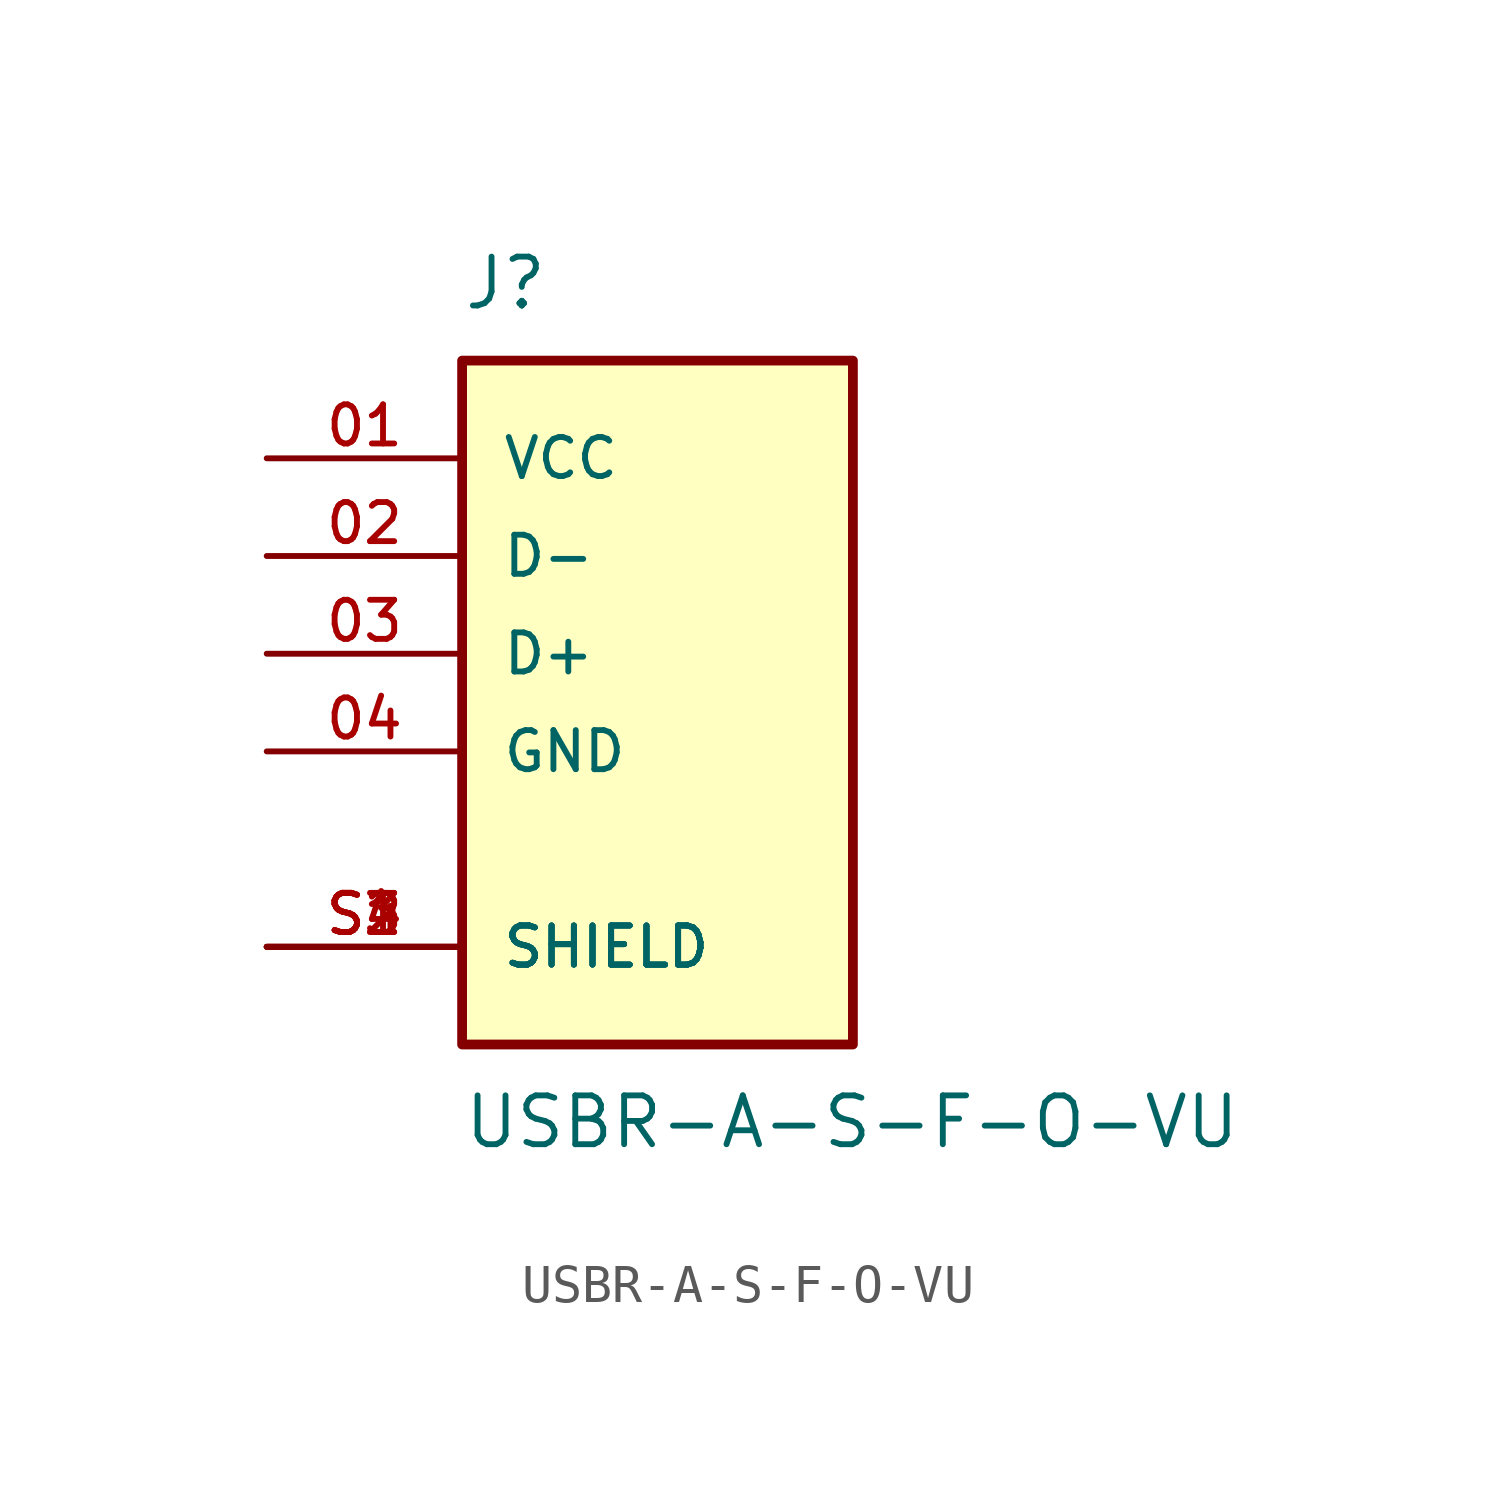
<source format=kicad_sym>
(kicad_symbol_lib
  (version 20211014)
  (generator kicad_symbol_editor)
  (symbol "USBR-A-S-F-O-VU"
    (pin_names
      (offset 1.016))
    (property "Reference" "J"
      (at -5.08 8.89 0)
      (effects (font (size 1.27 1.27)) (justify bottom left)))
    (property "Value" "USBR-A-S-F-O-VU"
      (at -5.08 -11.43 0)
      (effects (font (size 1.27 1.27)) (justify top left)))
    (symbol "USBR-A-S-F-O-VU_0_0"
      (rectangle (start -5.08 -10.16) (end 5.08 7.62) (stroke (width 0.254)) (fill (type background)))
      (pin power_in line (at -10.16 5.08 0) (length 5.08) (name "VCC" (effects (font (size 1.016 1.016)))) (number "01" (effects (font (size 1.016 1.016)))))
      (pin bidirectional line (at -10.16 2.54 0) (length 5.08) (name "D-" (effects (font (size 1.016 1.016)))) (number "02" (effects (font (size 1.016 1.016)))))
      (pin bidirectional line (at -10.16 0.0 0) (length 5.08) (name "D+" (effects (font (size 1.016 1.016)))) (number "03" (effects (font (size 1.016 1.016)))))
      (pin power_in line (at -10.16 -2.54 0) (length 5.08) (name "GND" (effects (font (size 1.016 1.016)))) (number "04" (effects (font (size 1.016 1.016)))))
      (pin passive line (at -10.16 -7.62 0) (length 5.08) (name "SHIELD" (effects (font (size 1.016 1.016)))) (number "S1" (effects (font (size 1.016 1.016)))))
      (pin passive line (at -10.16 -7.62 0) (length 5.08) (name "SHIELD" (effects (font (size 1.016 1.016)))) (number "S2" (effects (font (size 1.016 1.016)))))
      (pin passive line (at -10.16 -7.62 0) (length 5.08) (name "SHIELD" (effects (font (size 1.016 1.016)))) (number "S3" (effects (font (size 1.016 1.016)))))
      (pin passive line (at -10.16 -7.62 0) (length 5.08) (name "SHIELD" (effects (font (size 1.016 1.016)))) (number "S4" (effects (font (size 1.016 1.016))))))))
</source>
